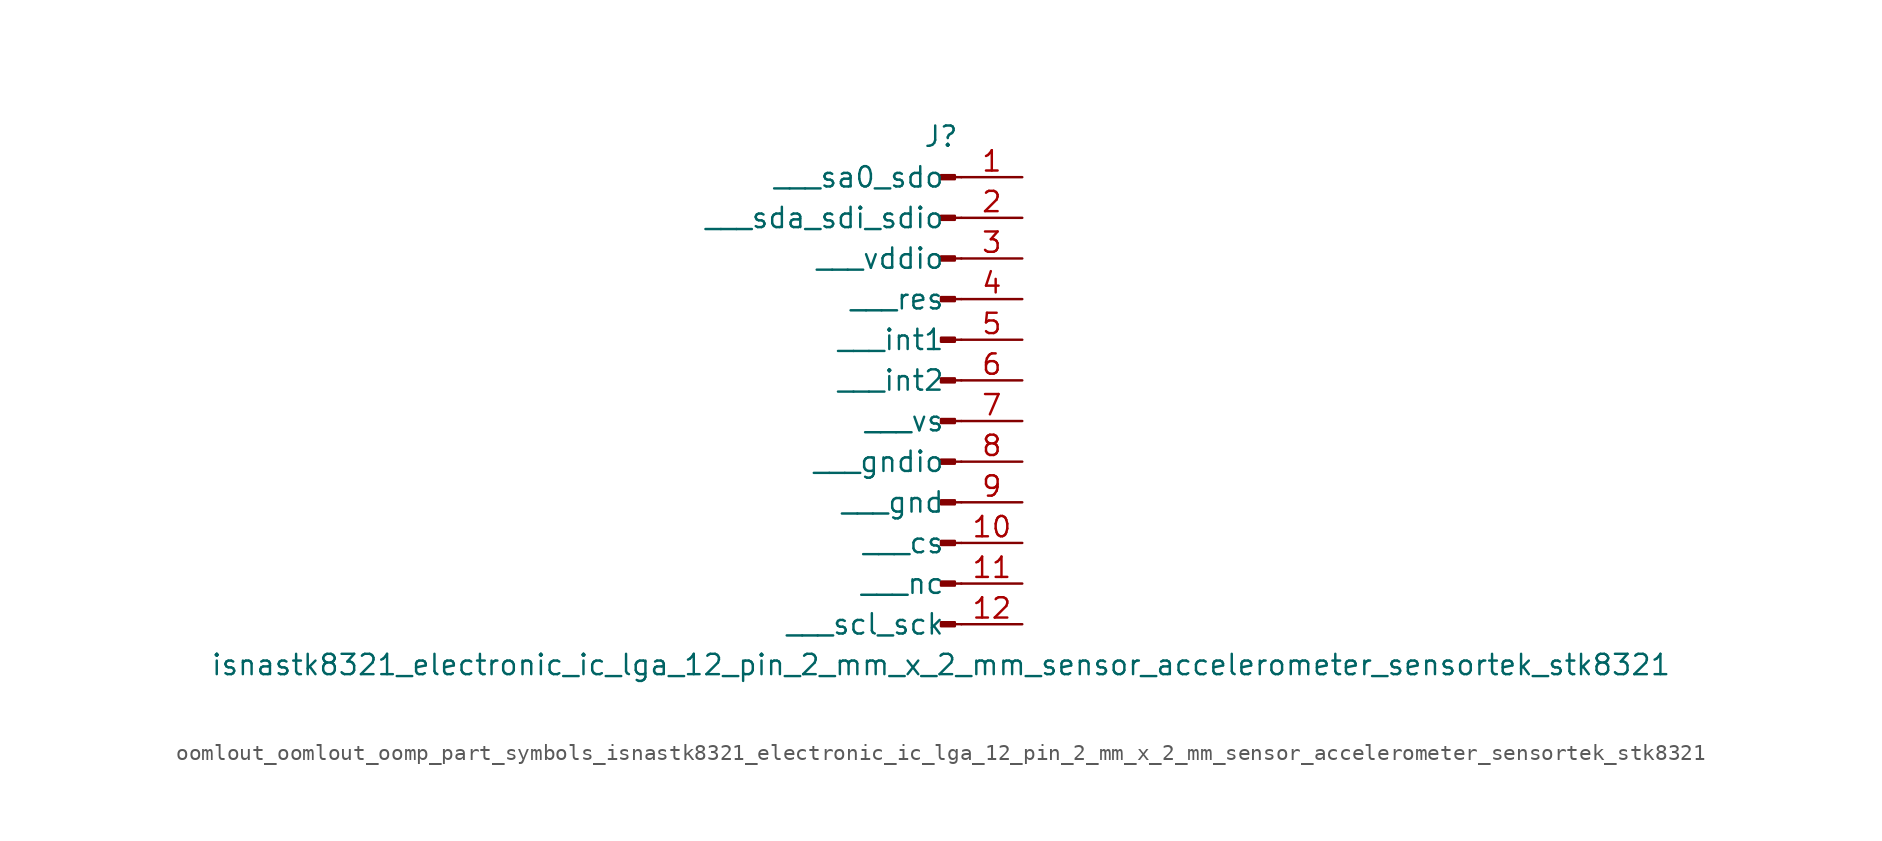
<source format=kicad_sym>
(kicad_symbol_lib
  (version 20220914)
  (generator kicad_symbol_editor)
  (symbol "oomlout_oomlout_oomp_part_symbols_isnastk8321_electronic_ic_lga_12_pin_2_mm_x_2_mm_sensor_accelerometer_sensortek_stk8321"
    (pin_names
      (offset 1.016))
    (property "Reference" "J"
      (at 0 15.24 0)
      (effects (font (size 1.27 1.27))))
    (property "Value" "isnastk8321_electronic_ic_lga_12_pin_2_mm_x_2_mm_sensor_accelerometer_sensortek_stk8321"
      (at 0 -17.78 0)
      (effects (font (size 1.27 1.27))))
    (property "ki_locked" ""
      (at 0 0 0)
      (effects (font (size 1.27 1.27))))
    (symbol "oomlout_oomlout_oomp_part_symbols_isnastk8321_electronic_ic_lga_12_pin_2_mm_x_2_mm_sensor_accelerometer_sensortek_stk8321_1_1"
      (polyline (pts (xy 1.27 -15.24) (xy 0.864 -15.24)) (stroke (width 0.152) (type default)) (fill (type none)))
      (polyline (pts (xy 1.27 -12.7) (xy 0.864 -12.7)) (stroke (width 0.152) (type default)) (fill (type none)))
      (polyline (pts (xy 1.27 -10.16) (xy 0.864 -10.16)) (stroke (width 0.152) (type default)) (fill (type none)))
      (polyline (pts (xy 1.27 -7.62) (xy 0.864 -7.62)) (stroke (width 0.152) (type default)) (fill (type none)))
      (polyline (pts (xy 1.27 -5.08) (xy 0.864 -5.08)) (stroke (width 0.152) (type default)) (fill (type none)))
      (polyline (pts (xy 1.27 -2.54) (xy 0.864 -2.54)) (stroke (width 0.152) (type default)) (fill (type none)))
      (polyline (pts (xy 1.27 0) (xy 0.864 0)) (stroke (width 0.152) (type default)) (fill (type none)))
      (polyline (pts (xy 1.27 2.54) (xy 0.864 2.54)) (stroke (width 0.152) (type default)) (fill (type none)))
      (polyline (pts (xy 1.27 5.08) (xy 0.864 5.08)) (stroke (width 0.152) (type default)) (fill (type none)))
      (polyline (pts (xy 1.27 7.62) (xy 0.864 7.62)) (stroke (width 0.152) (type default)) (fill (type none)))
      (polyline (pts (xy 1.27 10.16) (xy 0.864 10.16)) (stroke (width 0.152) (type default)) (fill (type none)))
      (polyline (pts (xy 1.27 12.7) (xy 0.864 12.7)) (stroke (width 0.152) (type default)) (fill (type none)))
      (rectangle (start 0.864 -15.113) (end 0 -15.367) (stroke (width 0.152) (type default)) (fill (type outline)))
      (rectangle (start 0.864 -12.573) (end 0 -12.827) (stroke (width 0.152) (type default)) (fill (type outline)))
      (rectangle (start 0.864 -10.033) (end 0 -10.287) (stroke (width 0.152) (type default)) (fill (type outline)))
      (rectangle (start 0.864 -7.493) (end 0 -7.747) (stroke (width 0.152) (type default)) (fill (type outline)))
      (rectangle (start 0.864 -4.953) (end 0 -5.207) (stroke (width 0.152) (type default)) (fill (type outline)))
      (rectangle (start 0.864 -2.413) (end 0 -2.667) (stroke (width 0.152) (type default)) (fill (type outline)))
      (rectangle (start 0.864 0.127) (end 0 -0.127) (stroke (width 0.152) (type default)) (fill (type outline)))
      (rectangle (start 0.864 2.667) (end 0 2.413) (stroke (width 0.152) (type default)) (fill (type outline)))
      (rectangle (start 0.864 5.207) (end 0 4.953) (stroke (width 0.152) (type default)) (fill (type outline)))
      (rectangle (start 0.864 7.747) (end 0 7.493) (stroke (width 0.152) (type default)) (fill (type outline)))
      (rectangle (start 0.864 10.287) (end 0 10.033) (stroke (width 0.152) (type default)) (fill (type outline)))
      (rectangle (start 0.864 12.827) (end 0 12.573) (stroke (width 0.152) (type default)) (fill (type outline)))
      (pin passive line (at 5.08 12.7 180) (length 3.81) (name "   sa0_sdo" (effects (font (size 1.27 1.27)))) (number "1" (effects (font (size 1.27 1.27)))))
      (pin passive line (at 5.08 -10.16 180) (length 3.81) (name "   cs" (effects (font (size 1.27 1.27)))) (number "10" (effects (font (size 1.27 1.27)))))
      (pin passive line (at 5.08 -12.7 180) (length 3.81) (name "   nc" (effects (font (size 1.27 1.27)))) (number "11" (effects (font (size 1.27 1.27)))))
      (pin passive line (at 5.08 -15.24 180) (length 3.81) (name "   scl_sck" (effects (font (size 1.27 1.27)))) (number "12" (effects (font (size 1.27 1.27)))))
      (pin passive line (at 5.08 10.16 180) (length 3.81) (name "   sda_sdi_sdio" (effects (font (size 1.27 1.27)))) (number "2" (effects (font (size 1.27 1.27)))))
      (pin passive line (at 5.08 7.62 180) (length 3.81) (name "   vddio" (effects (font (size 1.27 1.27)))) (number "3" (effects (font (size 1.27 1.27)))))
      (pin passive line (at 5.08 5.08 180) (length 3.81) (name "   res" (effects (font (size 1.27 1.27)))) (number "4" (effects (font (size 1.27 1.27)))))
      (pin passive line (at 5.08 2.54 180) (length 3.81) (name "   int1" (effects (font (size 1.27 1.27)))) (number "5" (effects (font (size 1.27 1.27)))))
      (pin passive line (at 5.08 0 180) (length 3.81) (name "   int2" (effects (font (size 1.27 1.27)))) (number "6" (effects (font (size 1.27 1.27)))))
      (pin passive line (at 5.08 -2.54 180) (length 3.81) (name "   vs" (effects (font (size 1.27 1.27)))) (number "7" (effects (font (size 1.27 1.27)))))
      (pin passive line (at 5.08 -5.08 180) (length 3.81) (name "   gndio" (effects (font (size 1.27 1.27)))) (number "8" (effects (font (size 1.27 1.27)))))
      (pin passive line (at 5.08 -7.62 180) (length 3.81) (name "   gnd" (effects (font (size 1.27 1.27)))) (number "9" (effects (font (size 1.27 1.27))))))))
</source>
